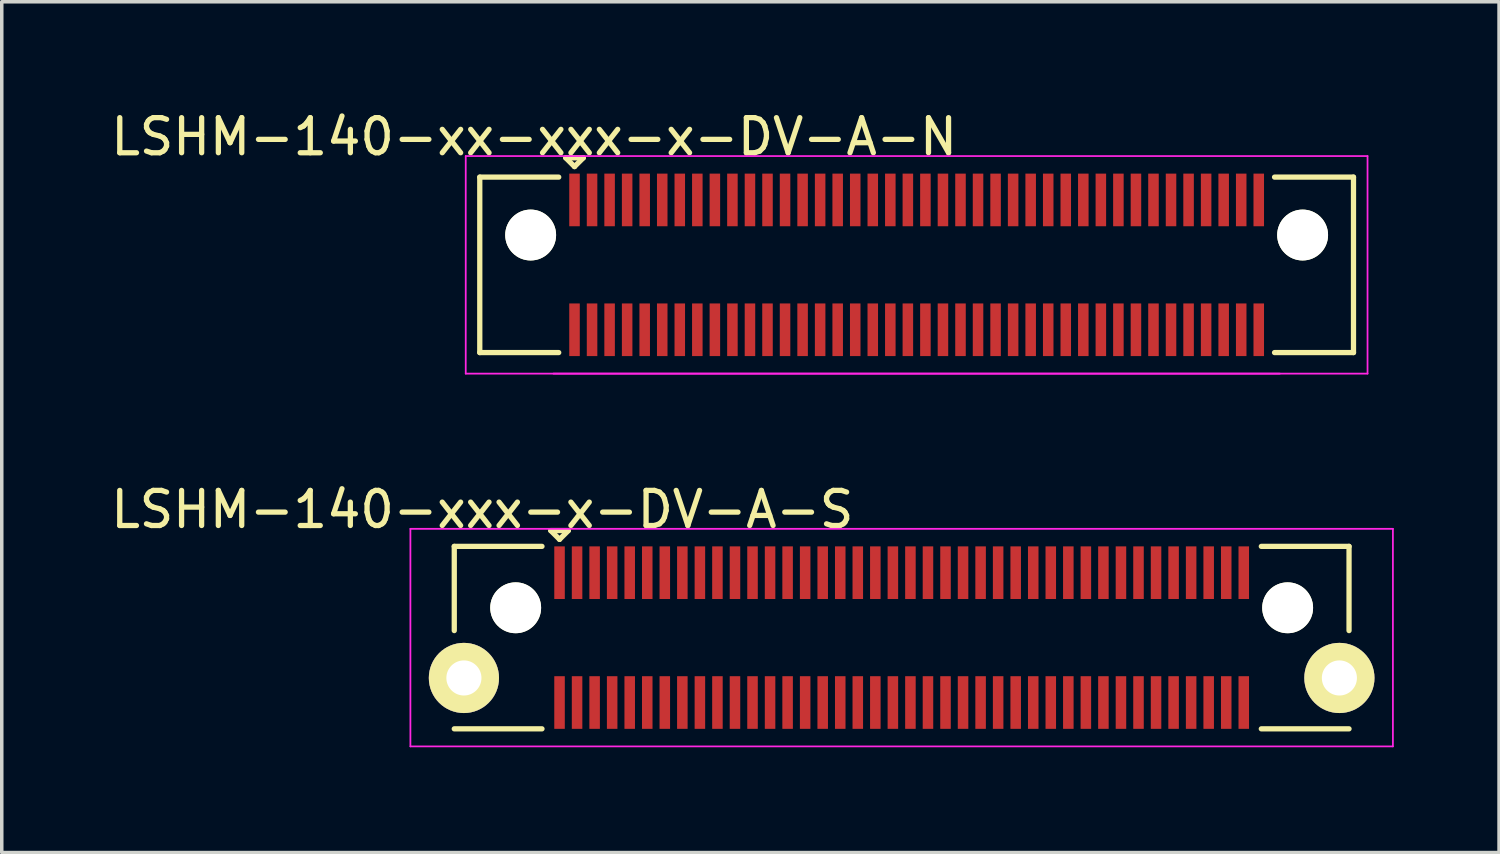
<source format=kicad_pcb>
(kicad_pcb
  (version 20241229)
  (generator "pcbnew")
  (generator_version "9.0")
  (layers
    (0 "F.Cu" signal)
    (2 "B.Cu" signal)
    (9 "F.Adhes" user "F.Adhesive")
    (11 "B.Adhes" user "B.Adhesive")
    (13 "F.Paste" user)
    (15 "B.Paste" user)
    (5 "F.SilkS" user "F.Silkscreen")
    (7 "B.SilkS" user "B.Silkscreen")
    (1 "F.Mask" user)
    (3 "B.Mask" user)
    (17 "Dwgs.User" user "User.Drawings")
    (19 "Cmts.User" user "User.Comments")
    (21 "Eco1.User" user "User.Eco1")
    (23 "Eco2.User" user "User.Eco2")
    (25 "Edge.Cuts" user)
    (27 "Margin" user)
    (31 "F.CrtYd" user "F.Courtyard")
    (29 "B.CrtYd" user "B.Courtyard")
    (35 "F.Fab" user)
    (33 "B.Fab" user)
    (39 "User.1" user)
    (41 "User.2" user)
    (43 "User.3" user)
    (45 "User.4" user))
  (footprint "LSHM-140-xx-xxx-x-DV-A-N"
    (layer "F.Cu")
    (at 23.073 4.498)
    (property "Reference" "LSHM-140-xx-xxx-x-DV-A-N" (at -10.9 -3.65 0) (layer "F.SilkS") (effects (font (size 1 1) (thickness 0.15))))
    (attr smd)
    (fp_line (start -12.45 -2.5) (end -12.45 2.5) (stroke (width 0.15) (type solid)) (layer "F.SilkS"))
    (fp_line (start -12.45 -2.5) (end -10.2 -2.5) (stroke (width 0.15) (type solid)) (layer "F.SilkS"))
    (fp_line (start -12.45 2.5) (end -10.2 2.5) (stroke (width 0.15) (type solid)) (layer "F.SilkS"))
    (fp_line (start -10 -3.05) (end -9.75 -2.8) (stroke (width 0.15) (type solid)) (layer "F.SilkS"))
    (fp_line (start -9.75 -2.8) (end -9.5 -3.05) (stroke (width 0.15) (type solid)) (layer "F.SilkS"))
    (fp_line (start -9.5 -3.05) (end -10 -3.05) (stroke (width 0.15) (type solid)) (layer "F.SilkS"))
    (fp_line (start 12.45 -2.5) (end 10.2 -2.5) (stroke (width 0.15) (type solid)) (layer "F.SilkS"))
    (fp_line (start 12.45 -2.5) (end 12.45 2.5) (stroke (width 0.15) (type solid)) (layer "F.SilkS"))
    (fp_line (start 12.45 2.5) (end 10.2 2.5) (stroke (width 0.15) (type solid)) (layer "F.SilkS"))
    (fp_line (start -12.85 -3.1) (end 12.85 -3.1) (stroke (width 0.05) (type solid)) (layer "F.CrtYd"))
    (fp_line (start -12.85 3.1) (end -12.85 -3.1) (stroke (width 0.05) (type solid)) (layer "F.CrtYd"))
    (fp_line (start -12.85 3.1) (end 12.85 3.1) (stroke (width 0.05) (type solid)) (layer "F.CrtYd"))
    (fp_line (start -10.35 3.1) (end 10.35 3.1) (stroke (width 0.05) (type solid)) (layer "F.CrtYd"))
    (fp_line (start 12.85 3.1) (end 12.85 -3.1) (stroke (width 0.05) (type solid)) (layer "F.CrtYd"))
    (pad "" np_thru_hole circle (at -11 -0.85) (size 1.45 1.45) (drill 1.45) (layers "*.Cu" "*.Mask" "F.SilkS"))
    (pad "" np_thru_hole circle (at 11 -0.85) (size 1.45 1.45) (drill 1.45) (layers "*.Cu" "*.Mask" "F.SilkS"))
    (pad "1" smd rect (at -9.75 -1.85) (size 0.3 1.5) (layers "F.Cu" "F.Mask" "F.Paste"))
    (pad "2" smd rect (at -9.75 1.85) (size 0.3 1.5) (layers "F.Cu" "F.Mask" "F.Paste"))
    (pad "3" smd rect (at -9.25 -1.85) (size 0.3 1.5) (layers "F.Cu" "F.Mask" "F.Paste"))
    (pad "4" smd rect (at -9.25 1.85) (size 0.3 1.5) (layers "F.Cu" "F.Mask" "F.Paste"))
    (pad "5" smd rect (at -8.75 -1.85) (size 0.3 1.5) (layers "F.Cu" "F.Mask" "F.Paste"))
    (pad "6" smd rect (at -8.75 1.85) (size 0.3 1.5) (layers "F.Cu" "F.Mask" "F.Paste"))
    (pad "7" smd rect (at -8.25 -1.85) (size 0.3 1.5) (layers "F.Cu" "F.Mask" "F.Paste"))
    (pad "8" smd rect (at -8.25 1.85) (size 0.3 1.5) (layers "F.Cu" "F.Mask" "F.Paste"))
    (pad "9" smd rect (at -7.75 -1.85) (size 0.3 1.5) (layers "F.Cu" "F.Mask" "F.Paste"))
    (pad "10" smd rect (at -7.75 1.85) (size 0.3 1.5) (layers "F.Cu" "F.Mask" "F.Paste"))
    (pad "11" smd rect (at -7.25 -1.85) (size 0.3 1.5) (layers "F.Cu" "F.Mask" "F.Paste"))
    (pad "12" smd rect (at -7.25 1.85) (size 0.3 1.5) (layers "F.Cu" "F.Mask" "F.Paste"))
    (pad "13" smd rect (at -6.75 -1.85) (size 0.3 1.5) (layers "F.Cu" "F.Mask" "F.Paste"))
    (pad "14" smd rect (at -6.75 1.85) (size 0.3 1.5) (layers "F.Cu" "F.Mask" "F.Paste"))
    (pad "15" smd rect (at -6.25 -1.85) (size 0.3 1.5) (layers "F.Cu" "F.Mask" "F.Paste"))
    (pad "16" smd rect (at -6.25 1.85) (size 0.3 1.5) (layers "F.Cu" "F.Mask" "F.Paste"))
    (pad "17" smd rect (at -5.75 -1.85) (size 0.3 1.5) (layers "F.Cu" "F.Mask" "F.Paste"))
    (pad "18" smd rect (at -5.75 1.85) (size 0.3 1.5) (layers "F.Cu" "F.Mask" "F.Paste"))
    (pad "19" smd rect (at -5.25 -1.85) (size 0.3 1.5) (layers "F.Cu" "F.Mask" "F.Paste"))
    (pad "20" smd rect (at -5.25 1.85) (size 0.3 1.5) (layers "F.Cu" "F.Mask" "F.Paste"))
    (pad "21" smd rect (at -4.75 -1.85) (size 0.3 1.5) (layers "F.Cu" "F.Mask" "F.Paste"))
    (pad "22" smd rect (at -4.75 1.85) (size 0.3 1.5) (layers "F.Cu" "F.Mask" "F.Paste"))
    (pad "23" smd rect (at -4.25 -1.85) (size 0.3 1.5) (layers "F.Cu" "F.Mask" "F.Paste"))
    (pad "24" smd rect (at -4.25 1.85) (size 0.3 1.5) (layers "F.Cu" "F.Mask" "F.Paste"))
    (pad "25" smd rect (at -3.75 -1.85) (size 0.3 1.5) (layers "F.Cu" "F.Mask" "F.Paste"))
    (pad "26" smd rect (at -3.75 1.85) (size 0.3 1.5) (layers "F.Cu" "F.Mask" "F.Paste"))
    (pad "27" smd rect (at -3.25 -1.85) (size 0.3 1.5) (layers "F.Cu" "F.Mask" "F.Paste"))
    (pad "28" smd rect (at -3.25 1.85) (size 0.3 1.5) (layers "F.Cu" "F.Mask" "F.Paste"))
    (pad "29" smd rect (at -2.75 -1.85) (size 0.3 1.5) (layers "F.Cu" "F.Mask" "F.Paste"))
    (pad "30" smd rect (at -2.75 1.85) (size 0.3 1.5) (layers "F.Cu" "F.Mask" "F.Paste"))
    (pad "31" smd rect (at -2.25 -1.85) (size 0.3 1.5) (layers "F.Cu" "F.Mask" "F.Paste"))
    (pad "32" smd rect (at -2.25 1.85) (size 0.3 1.5) (layers "F.Cu" "F.Mask" "F.Paste"))
    (pad "33" smd rect (at -1.75 -1.85) (size 0.3 1.5) (layers "F.Cu" "F.Mask" "F.Paste"))
    (pad "34" smd rect (at -1.75 1.85) (size 0.3 1.5) (layers "F.Cu" "F.Mask" "F.Paste"))
    (pad "35" smd rect (at -1.25 -1.85) (size 0.3 1.5) (layers "F.Cu" "F.Mask" "F.Paste"))
    (pad "36" smd rect (at -1.25 1.85) (size 0.3 1.5) (layers "F.Cu" "F.Mask" "F.Paste"))
    (pad "37" smd rect (at -0.75 -1.85) (size 0.3 1.5) (layers "F.Cu" "F.Mask" "F.Paste"))
    (pad "38" smd rect (at -0.75 1.85) (size 0.3 1.5) (layers "F.Cu" "F.Mask" "F.Paste"))
    (pad "39" smd rect (at -0.25 -1.85) (size 0.3 1.5) (layers "F.Cu" "F.Mask" "F.Paste"))
    (pad "40" smd rect (at -0.25 1.85) (size 0.3 1.5) (layers "F.Cu" "F.Mask" "F.Paste"))
    (pad "41" smd rect (at 0.25 -1.85) (size 0.3 1.5) (layers "F.Cu" "F.Mask" "F.Paste"))
    (pad "42" smd rect (at 0.25 1.85) (size 0.3 1.5) (layers "F.Cu" "F.Mask" "F.Paste"))
    (pad "43" smd rect (at 0.75 -1.85) (size 0.3 1.5) (layers "F.Cu" "F.Mask" "F.Paste"))
    (pad "44" smd rect (at 0.75 1.85) (size 0.3 1.5) (layers "F.Cu" "F.Mask" "F.Paste"))
    (pad "45" smd rect (at 1.25 -1.85) (size 0.3 1.5) (layers "F.Cu" "F.Mask" "F.Paste"))
    (pad "46" smd rect (at 1.25 1.85) (size 0.3 1.5) (layers "F.Cu" "F.Mask" "F.Paste"))
    (pad "47" smd rect (at 1.75 -1.85) (size 0.3 1.5) (layers "F.Cu" "F.Mask" "F.Paste"))
    (pad "48" smd rect (at 1.75 1.85) (size 0.3 1.5) (layers "F.Cu" "F.Mask" "F.Paste"))
    (pad "49" smd rect (at 2.25 -1.85) (size 0.3 1.5) (layers "F.Cu" "F.Mask" "F.Paste"))
    (pad "50" smd rect (at 2.25 1.85) (size 0.3 1.5) (layers "F.Cu" "F.Mask" "F.Paste"))
    (pad "51" smd rect (at 2.75 -1.85) (size 0.3 1.5) (layers "F.Cu" "F.Mask" "F.Paste"))
    (pad "52" smd rect (at 2.75 1.85) (size 0.3 1.5) (layers "F.Cu" "F.Mask" "F.Paste"))
    (pad "53" smd rect (at 3.25 -1.85) (size 0.3 1.5) (layers "F.Cu" "F.Mask" "F.Paste"))
    (pad "54" smd rect (at 3.25 1.85) (size 0.3 1.5) (layers "F.Cu" "F.Mask" "F.Paste"))
    (pad "55" smd rect (at 3.75 -1.85) (size 0.3 1.5) (layers "F.Cu" "F.Mask" "F.Paste"))
    (pad "56" smd rect (at 3.75 1.85) (size 0.3 1.5) (layers "F.Cu" "F.Mask" "F.Paste"))
    (pad "57" smd rect (at 4.25 -1.85) (size 0.3 1.5) (layers "F.Cu" "F.Mask" "F.Paste"))
    (pad "58" smd rect (at 4.25 1.85) (size 0.3 1.5) (layers "F.Cu" "F.Mask" "F.Paste"))
    (pad "59" smd rect (at 4.75 -1.85) (size 0.3 1.5) (layers "F.Cu" "F.Mask" "F.Paste"))
    (pad "60" smd rect (at 4.75 1.85) (size 0.3 1.5) (layers "F.Cu" "F.Mask" "F.Paste"))
    (pad "61" smd rect (at 5.25 -1.85) (size 0.3 1.5) (layers "F.Cu" "F.Mask" "F.Paste"))
    (pad "62" smd rect (at 5.25 1.85) (size 0.3 1.5) (layers "F.Cu" "F.Mask" "F.Paste"))
    (pad "63" smd rect (at 5.75 -1.85) (size 0.3 1.5) (layers "F.Cu" "F.Mask" "F.Paste"))
    (pad "64" smd rect (at 5.75 1.85) (size 0.3 1.5) (layers "F.Cu" "F.Mask" "F.Paste"))
    (pad "65" smd rect (at 6.25 -1.85) (size 0.3 1.5) (layers "F.Cu" "F.Mask" "F.Paste"))
    (pad "66" smd rect (at 6.25 1.85) (size 0.3 1.5) (layers "F.Cu" "F.Mask" "F.Paste"))
    (pad "67" smd rect (at 6.75 -1.85) (size 0.3 1.5) (layers "F.Cu" "F.Mask" "F.Paste"))
    (pad "68" smd rect (at 6.75 1.85) (size 0.3 1.5) (layers "F.Cu" "F.Mask" "F.Paste"))
    (pad "69" smd rect (at 7.25 -1.85) (size 0.3 1.5) (layers "F.Cu" "F.Mask" "F.Paste"))
    (pad "70" smd rect (at 7.25 1.85) (size 0.3 1.5) (layers "F.Cu" "F.Mask" "F.Paste"))
    (pad "71" smd rect (at 7.75 -1.85) (size 0.3 1.5) (layers "F.Cu" "F.Mask" "F.Paste"))
    (pad "72" smd rect (at 7.75 1.85) (size 0.3 1.5) (layers "F.Cu" "F.Mask" "F.Paste"))
    (pad "73" smd rect (at 8.25 -1.85) (size 0.3 1.5) (layers "F.Cu" "F.Mask" "F.Paste"))
    (pad "74" smd rect (at 8.25 1.85) (size 0.3 1.5) (layers "F.Cu" "F.Mask" "F.Paste"))
    (pad "75" smd rect (at 8.75 -1.85) (size 0.3 1.5) (layers "F.Cu" "F.Mask" "F.Paste"))
    (pad "76" smd rect (at 8.75 1.85) (size 0.3 1.5) (layers "F.Cu" "F.Mask" "F.Paste"))
    (pad "77" smd rect (at 9.25 -1.85) (size 0.3 1.5) (layers "F.Cu" "F.Mask" "F.Paste"))
    (pad "78" smd rect (at 9.25 1.85) (size 0.3 1.5) (layers "F.Cu" "F.Mask" "F.Paste"))
    (pad "79" smd rect (at 9.75 -1.85) (size 0.3 1.5) (layers "F.Cu" "F.Mask" "F.Paste"))
    (pad "80" smd rect (at 9.75 1.85) (size 0.3 1.5) (layers "F.Cu" "F.Mask" "F.Paste")))
  (footprint "LSHM-140-xxx-x-DV-A-S"
    (layer "F.Cu")
    (at 22.646 15.121)
    (property "Reference" "LSHM-140-xxx-x-DV-A-S" (at -11.95 -3.65 0) (layer "F.SilkS") (effects (font (size 1 1) (thickness 0.15))))
    (attr smd)
    (fp_line (start -12.75 -2.6) (end -10.25 -2.6) (stroke (width 0.15) (type solid)) (layer "F.SilkS"))
    (fp_line (start -12.75 -0.2) (end -12.75 -2.6) (stroke (width 0.15) (type solid)) (layer "F.SilkS"))
    (fp_line (start -12.75 2.6) (end -10.25 2.6) (stroke (width 0.15) (type solid)) (layer "F.SilkS"))
    (fp_line (start -10 -3.05) (end -9.75 -2.8) (stroke (width 0.15) (type solid)) (layer "F.SilkS"))
    (fp_line (start -9.75 -2.8) (end -9.5 -3.05) (stroke (width 0.15) (type solid)) (layer "F.SilkS"))
    (fp_line (start -9.5 -3.05) (end -10 -3.05) (stroke (width 0.15) (type solid)) (layer "F.SilkS"))
    (fp_line (start 12.75 -2.6) (end 10.25 -2.6) (stroke (width 0.15) (type solid)) (layer "F.SilkS"))
    (fp_line (start 12.75 -0.2) (end 12.75 -2.6) (stroke (width 0.15) (type solid)) (layer "F.SilkS"))
    (fp_line (start 12.75 2.6) (end 10.25 2.6) (stroke (width 0.15) (type solid)) (layer "F.SilkS"))
    (fp_line (start -14 -3.1) (end 14 -3.1) (stroke (width 0.05) (type solid)) (layer "F.CrtYd"))
    (fp_line (start -14 3.1) (end -14 -3.1) (stroke (width 0.05) (type solid)) (layer "F.CrtYd"))
    (fp_line (start -14 3.1) (end 14 3.1) (stroke (width 0.05) (type solid)) (layer "F.CrtYd"))
    (fp_line (start 14 3.1) (end 14 -3.1) (stroke (width 0.05) (type solid)) (layer "F.CrtYd"))
    (pad "" np_thru_hole circle (at -11 -0.85) (size 1.45 1.45) (drill 1.45) (layers "*.Cu" "*.Mask" "F.SilkS"))
    (pad "" np_thru_hole circle (at 11 -0.85) (size 1.45 1.45) (drill 1.45) (layers "*.Cu" "*.Mask" "F.SilkS"))
    (pad "1" smd rect (at -9.75 -1.85) (size 0.3 1.5) (layers "F.Cu" "F.Mask" "F.Paste"))
    (pad "2" smd rect (at -9.75 1.85) (size 0.3 1.5) (layers "F.Cu" "F.Mask" "F.Paste"))
    (pad "3" smd rect (at -9.25 -1.85) (size 0.3 1.5) (layers "F.Cu" "F.Mask" "F.Paste"))
    (pad "4" smd rect (at -9.25 1.85) (size 0.3 1.5) (layers "F.Cu" "F.Mask" "F.Paste"))
    (pad "5" smd rect (at -8.75 -1.85) (size 0.3 1.5) (layers "F.Cu" "F.Mask" "F.Paste"))
    (pad "6" smd rect (at -8.75 1.85) (size 0.3 1.5) (layers "F.Cu" "F.Mask" "F.Paste"))
    (pad "7" smd rect (at -8.25 -1.85) (size 0.3 1.5) (layers "F.Cu" "F.Mask" "F.Paste"))
    (pad "8" smd rect (at -8.25 1.85) (size 0.3 1.5) (layers "F.Cu" "F.Mask" "F.Paste"))
    (pad "9" smd rect (at -7.75 -1.85) (size 0.3 1.5) (layers "F.Cu" "F.Mask" "F.Paste"))
    (pad "10" smd rect (at -7.75 1.85) (size 0.3 1.5) (layers "F.Cu" "F.Mask" "F.Paste"))
    (pad "11" smd rect (at -7.25 -1.85) (size 0.3 1.5) (layers "F.Cu" "F.Mask" "F.Paste"))
    (pad "12" smd rect (at -7.25 1.85) (size 0.3 1.5) (layers "F.Cu" "F.Mask" "F.Paste"))
    (pad "13" smd rect (at -6.75 -1.85) (size 0.3 1.5) (layers "F.Cu" "F.Mask" "F.Paste"))
    (pad "14" smd rect (at -6.75 1.85) (size 0.3 1.5) (layers "F.Cu" "F.Mask" "F.Paste"))
    (pad "15" smd rect (at -6.25 -1.85) (size 0.3 1.5) (layers "F.Cu" "F.Mask" "F.Paste"))
    (pad "16" smd rect (at -6.25 1.85) (size 0.3 1.5) (layers "F.Cu" "F.Mask" "F.Paste"))
    (pad "17" smd rect (at -5.75 -1.85) (size 0.3 1.5) (layers "F.Cu" "F.Mask" "F.Paste"))
    (pad "18" smd rect (at -5.75 1.85) (size 0.3 1.5) (layers "F.Cu" "F.Mask" "F.Paste"))
    (pad "19" smd rect (at -5.25 -1.85) (size 0.3 1.5) (layers "F.Cu" "F.Mask" "F.Paste"))
    (pad "20" smd rect (at -5.25 1.85) (size 0.3 1.5) (layers "F.Cu" "F.Mask" "F.Paste"))
    (pad "21" smd rect (at -4.75 -1.85) (size 0.3 1.5) (layers "F.Cu" "F.Mask" "F.Paste"))
    (pad "22" smd rect (at -4.75 1.85) (size 0.3 1.5) (layers "F.Cu" "F.Mask" "F.Paste"))
    (pad "23" smd rect (at -4.25 -1.85) (size 0.3 1.5) (layers "F.Cu" "F.Mask" "F.Paste"))
    (pad "24" smd rect (at -4.25 1.85) (size 0.3 1.5) (layers "F.Cu" "F.Mask" "F.Paste"))
    (pad "25" smd rect (at -3.75 -1.85) (size 0.3 1.5) (layers "F.Cu" "F.Mask" "F.Paste"))
    (pad "26" smd rect (at -3.75 1.85) (size 0.3 1.5) (layers "F.Cu" "F.Mask" "F.Paste"))
    (pad "27" smd rect (at -3.25 -1.85) (size 0.3 1.5) (layers "F.Cu" "F.Mask" "F.Paste"))
    (pad "28" smd rect (at -3.25 1.85) (size 0.3 1.5) (layers "F.Cu" "F.Mask" "F.Paste"))
    (pad "29" smd rect (at -2.75 -1.85) (size 0.3 1.5) (layers "F.Cu" "F.Mask" "F.Paste"))
    (pad "30" smd rect (at -2.75 1.85) (size 0.3 1.5) (layers "F.Cu" "F.Mask" "F.Paste"))
    (pad "31" smd rect (at -2.25 -1.85) (size 0.3 1.5) (layers "F.Cu" "F.Mask" "F.Paste"))
    (pad "32" smd rect (at -2.25 1.85) (size 0.3 1.5) (layers "F.Cu" "F.Mask" "F.Paste"))
    (pad "33" smd rect (at -1.75 -1.85) (size 0.3 1.5) (layers "F.Cu" "F.Mask" "F.Paste"))
    (pad "34" smd rect (at -1.75 1.85) (size 0.3 1.5) (layers "F.Cu" "F.Mask" "F.Paste"))
    (pad "35" smd rect (at -1.25 -1.85) (size 0.3 1.5) (layers "F.Cu" "F.Mask" "F.Paste"))
    (pad "36" smd rect (at -1.25 1.85) (size 0.3 1.5) (layers "F.Cu" "F.Mask" "F.Paste"))
    (pad "37" smd rect (at -0.75 -1.85) (size 0.3 1.5) (layers "F.Cu" "F.Mask" "F.Paste"))
    (pad "38" smd rect (at -0.75 1.85) (size 0.3 1.5) (layers "F.Cu" "F.Mask" "F.Paste"))
    (pad "39" smd rect (at -0.25 -1.85) (size 0.3 1.5) (layers "F.Cu" "F.Mask" "F.Paste"))
    (pad "40" smd rect (at -0.25 1.85) (size 0.3 1.5) (layers "F.Cu" "F.Mask" "F.Paste"))
    (pad "41" smd rect (at 0.25 -1.85) (size 0.3 1.5) (layers "F.Cu" "F.Mask" "F.Paste"))
    (pad "42" smd rect (at 0.25 1.85) (size 0.3 1.5) (layers "F.Cu" "F.Mask" "F.Paste"))
    (pad "43" smd rect (at 0.75 -1.85) (size 0.3 1.5) (layers "F.Cu" "F.Mask" "F.Paste"))
    (pad "44" smd rect (at 0.75 1.85) (size 0.3 1.5) (layers "F.Cu" "F.Mask" "F.Paste"))
    (pad "45" smd rect (at 1.25 -1.85) (size 0.3 1.5) (layers "F.Cu" "F.Mask" "F.Paste"))
    (pad "46" smd rect (at 1.25 1.85) (size 0.3 1.5) (layers "F.Cu" "F.Mask" "F.Paste"))
    (pad "47" smd rect (at 1.75 -1.85) (size 0.3 1.5) (layers "F.Cu" "F.Mask" "F.Paste"))
    (pad "48" smd rect (at 1.75 1.85) (size 0.3 1.5) (layers "F.Cu" "F.Mask" "F.Paste"))
    (pad "49" smd rect (at 2.25 -1.85) (size 0.3 1.5) (layers "F.Cu" "F.Mask" "F.Paste"))
    (pad "50" smd rect (at 2.25 1.85) (size 0.3 1.5) (layers "F.Cu" "F.Mask" "F.Paste"))
    (pad "51" smd rect (at 2.75 -1.85) (size 0.3 1.5) (layers "F.Cu" "F.Mask" "F.Paste"))
    (pad "52" smd rect (at 2.75 1.85) (size 0.3 1.5) (layers "F.Cu" "F.Mask" "F.Paste"))
    (pad "53" smd rect (at 3.25 -1.85) (size 0.3 1.5) (layers "F.Cu" "F.Mask" "F.Paste"))
    (pad "54" smd rect (at 3.25 1.85) (size 0.3 1.5) (layers "F.Cu" "F.Mask" "F.Paste"))
    (pad "55" smd rect (at 3.75 -1.85) (size 0.3 1.5) (layers "F.Cu" "F.Mask" "F.Paste"))
    (pad "56" smd rect (at 3.75 1.85) (size 0.3 1.5) (layers "F.Cu" "F.Mask" "F.Paste"))
    (pad "57" smd rect (at 4.25 -1.85) (size 0.3 1.5) (layers "F.Cu" "F.Mask" "F.Paste"))
    (pad "58" smd rect (at 4.25 1.85) (size 0.3 1.5) (layers "F.Cu" "F.Mask" "F.Paste"))
    (pad "59" smd rect (at 4.75 -1.85) (size 0.3 1.5) (layers "F.Cu" "F.Mask" "F.Paste"))
    (pad "60" smd rect (at 4.75 1.85) (size 0.3 1.5) (layers "F.Cu" "F.Mask" "F.Paste"))
    (pad "61" smd rect (at 5.25 -1.85) (size 0.3 1.5) (layers "F.Cu" "F.Mask" "F.Paste"))
    (pad "62" smd rect (at 5.25 1.85) (size 0.3 1.5) (layers "F.Cu" "F.Mask" "F.Paste"))
    (pad "63" smd rect (at 5.75 -1.85) (size 0.3 1.5) (layers "F.Cu" "F.Mask" "F.Paste"))
    (pad "64" smd rect (at 5.75 1.85) (size 0.3 1.5) (layers "F.Cu" "F.Mask" "F.Paste"))
    (pad "65" smd rect (at 6.25 -1.85) (size 0.3 1.5) (layers "F.Cu" "F.Mask" "F.Paste"))
    (pad "66" smd rect (at 6.25 1.85) (size 0.3 1.5) (layers "F.Cu" "F.Mask" "F.Paste"))
    (pad "67" smd rect (at 6.75 -1.85) (size 0.3 1.5) (layers "F.Cu" "F.Mask" "F.Paste"))
    (pad "68" smd rect (at 6.75 1.85) (size 0.3 1.5) (layers "F.Cu" "F.Mask" "F.Paste"))
    (pad "69" smd rect (at 7.25 -1.85) (size 0.3 1.5) (layers "F.Cu" "F.Mask" "F.Paste"))
    (pad "70" smd rect (at 7.25 1.85) (size 0.3 1.5) (layers "F.Cu" "F.Mask" "F.Paste"))
    (pad "71" smd rect (at 7.75 -1.85) (size 0.3 1.5) (layers "F.Cu" "F.Mask" "F.Paste"))
    (pad "72" smd rect (at 7.75 1.85) (size 0.3 1.5) (layers "F.Cu" "F.Mask" "F.Paste"))
    (pad "73" smd rect (at 8.25 -1.85) (size 0.3 1.5) (layers "F.Cu" "F.Mask" "F.Paste"))
    (pad "74" smd rect (at 8.25 1.85) (size 0.3 1.5) (layers "F.Cu" "F.Mask" "F.Paste"))
    (pad "75" smd rect (at 8.75 -1.85) (size 0.3 1.5) (layers "F.Cu" "F.Mask" "F.Paste"))
    (pad "76" smd rect (at 8.75 1.85) (size 0.3 1.5) (layers "F.Cu" "F.Mask" "F.Paste"))
    (pad "77" smd rect (at 9.25 -1.85) (size 0.3 1.5) (layers "F.Cu" "F.Mask" "F.Paste"))
    (pad "78" smd rect (at 9.25 1.85) (size 0.3 1.5) (layers "F.Cu" "F.Mask" "F.Paste"))
    (pad "79" smd rect (at 9.75 -1.85) (size 0.3 1.5) (layers "F.Cu" "F.Mask" "F.Paste"))
    (pad "80" smd rect (at 9.75 1.85) (size 0.3 1.5) (layers "F.Cu" "F.Mask" "F.Paste"))
    (pad "81" thru_hole circle (at -12.475 1.15) (size 2 2) (drill 1) (layers "*.Cu" "*.Mask" "F.SilkS"))
    (pad "81" thru_hole circle (at 12.475 1.15) (size 2 2) (drill 1) (layers "*.Cu" "*.Mask" "F.SilkS")))
  (gr_rect
    (start -3 -3)
    (end 39.671 21.247)
    (stroke (width 0.1) (type default))
    (fill no)
    (layer "Edge.Cuts")))
</source>
